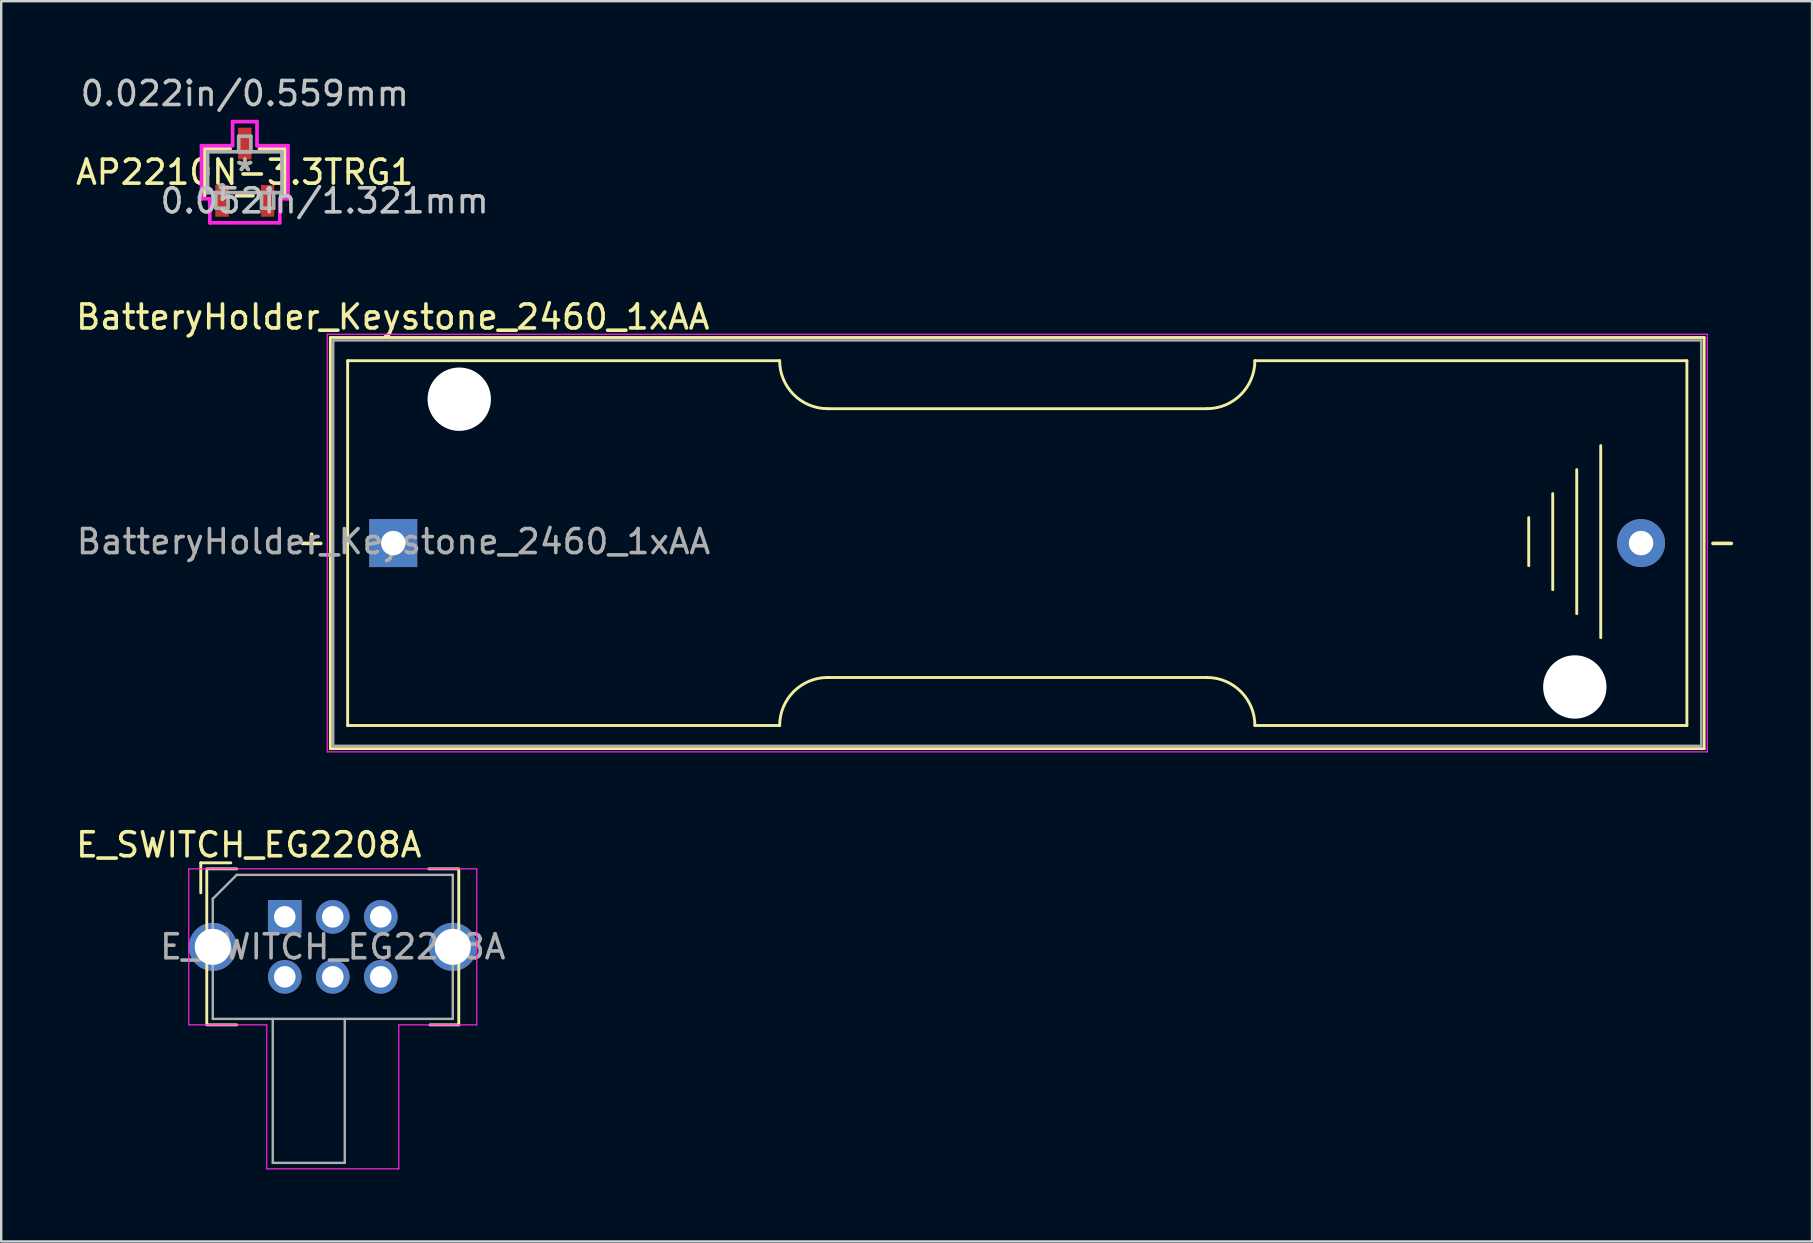
<source format=kicad_pcb>
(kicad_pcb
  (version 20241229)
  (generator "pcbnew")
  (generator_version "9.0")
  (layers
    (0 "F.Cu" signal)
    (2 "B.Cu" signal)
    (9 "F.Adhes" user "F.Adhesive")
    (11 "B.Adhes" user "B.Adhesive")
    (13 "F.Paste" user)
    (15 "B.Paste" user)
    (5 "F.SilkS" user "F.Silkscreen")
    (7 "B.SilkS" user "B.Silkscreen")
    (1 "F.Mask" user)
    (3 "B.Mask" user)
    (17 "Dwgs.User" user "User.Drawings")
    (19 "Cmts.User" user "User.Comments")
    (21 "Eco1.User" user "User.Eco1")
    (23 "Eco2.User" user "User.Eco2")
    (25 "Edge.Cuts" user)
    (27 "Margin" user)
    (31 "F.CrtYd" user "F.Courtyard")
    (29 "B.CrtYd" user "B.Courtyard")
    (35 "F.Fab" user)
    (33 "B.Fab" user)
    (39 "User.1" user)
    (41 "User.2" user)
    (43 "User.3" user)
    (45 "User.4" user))
  (footprint "E_SWITCH_EG2208A"
    (layer "F.Cu")
    (at 8.815 35.151)
    (property "Reference" "E_SWITCH_EG2208A" (at -1.5 -3 0) (layer "F.SilkS") (effects (font (size 1 1) (thickness 0.15))))
    (attr through_hole)
    (fp_line (start -3.5 -2.25) (end -3.5 -1) (stroke (width 0.12) (type solid)) (layer "F.SilkS"))
    (fp_line (start -3.25 -2) (end -3.25 4.5) (stroke (width 0.12) (type solid)) (layer "F.SilkS"))
    (fp_line (start -3.2 4.5) (end -2 4.5) (stroke (width 0.12) (type solid)) (layer "F.SilkS"))
    (fp_line (start -2.25 -2.25) (end -3.5 -2.25) (stroke (width 0.12) (type solid)) (layer "F.SilkS"))
    (fp_line (start -2 -2) (end -3.2 -2) (stroke (width 0.12) (type solid)) (layer "F.SilkS"))
    (fp_line (start 6 -2) (end 7.2 -2) (stroke (width 0.12) (type solid)) (layer "F.SilkS"))
    (fp_line (start 7.25 -2) (end 7.25 4.5) (stroke (width 0.12) (type solid)) (layer "F.SilkS"))
    (fp_line (start 7.25 4.5) (end 6.05 4.5) (stroke (width 0.12) (type solid)) (layer "F.SilkS"))
    (fp_line (start -4 -2) (end 8 -2) (stroke (width 0.05) (type solid)) (layer "F.CrtYd"))
    (fp_line (start -4 4.5) (end -4 -2) (stroke (width 0.05) (type solid)) (layer "F.CrtYd"))
    (fp_line (start -0.75 4.5) (end -4 4.5) (stroke (width 0.05) (type solid)) (layer "F.CrtYd"))
    (fp_line (start -0.75 4.5) (end -0.75 10.5) (stroke (width 0.05) (type solid)) (layer "F.CrtYd"))
    (fp_line (start 4.75 10.5) (end -0.75 10.5) (stroke (width 0.05) (type solid)) (layer "F.CrtYd"))
    (fp_line (start 4.75 10.5) (end 4.75 4.5) (stroke (width 0.05) (type solid)) (layer "F.CrtYd"))
    (fp_line (start 8 -2) (end 8 4.5) (stroke (width 0.05) (type solid)) (layer "F.CrtYd"))
    (fp_line (start 8 4.5) (end 4.75 4.5) (stroke (width 0.05) (type solid)) (layer "F.CrtYd"))
    (fp_line (start -3 4.25) (end -3 -0.75) (stroke (width 0.1) (type solid)) (layer "F.Fab"))
    (fp_line (start -2 -1.75) (end -3 -0.75) (stroke (width 0.1) (type solid)) (layer "F.Fab"))
    (fp_line (start -2 -1.75) (end 7 -1.75) (stroke (width 0.1) (type solid)) (layer "F.Fab"))
    (fp_line (start -0.5 4.25) (end -0.5 10.25) (stroke (width 0.1) (type solid)) (layer "F.Fab"))
    (fp_line (start -0.5 10.25) (end 2.5 10.25) (stroke (width 0.1) (type solid)) (layer "F.Fab"))
    (fp_line (start 2.5 10.25) (end 2.5 4.25) (stroke (width 0.1) (type solid)) (layer "F.Fab"))
    (fp_line (start 7 -1.75) (end 7 4.25) (stroke (width 0.1) (type solid)) (layer "F.Fab"))
    (fp_line (start 7 4.25) (end -3 4.25) (stroke (width 0.1) (type solid)) (layer "F.Fab"))
    (fp_text user "${REFERENCE}" (at 2 1.25 0) (layer "F.Fab") (effects (font (size 1 1) (thickness 0.15))))
    (pad "1" thru_hole rect (at 0 0) (size 1.4 1.4) (drill 0.9) (layers "*.Cu" "*.Mask"))
    (pad "2" thru_hole circle (at 2 0) (size 1.4 1.4) (drill 0.9) (layers "*.Cu" "*.Mask"))
    (pad "3" thru_hole circle (at 4 0) (size 1.4 1.4) (drill 0.9) (layers "*.Cu" "*.Mask"))
    (pad "4" thru_hole circle (at 0 2.5) (size 1.4 1.4) (drill 0.9) (layers "*.Cu" "*.Mask"))
    (pad "5" thru_hole circle (at 2 2.5) (size 1.4 1.4) (drill 0.9) (layers "*.Cu" "*.Mask"))
    (pad "6" thru_hole circle (at 4 2.5) (size 1.4 1.4) (drill 0.9) (layers "*.Cu" "*.Mask"))
    (pad "7" thru_hole circle (at -3 1.25) (size 2 2) (drill 1.5) (layers "*.Cu" "*.Mask"))
    (pad "8" thru_hole circle (at 7 1.25) (size 2 2) (drill 1.5) (layers "*.Cu" "*.Mask")))
  (footprint "BatteryHolder_Keystone_2460_1xAA"
    (layer "F.Cu")
    (at 13.335 19.578)
    (property "Reference" "BatteryHolder_Keystone_2460_1xAA" (at -0.02 -9.42 180) (layer "F.SilkS") (effects (font (size 1 1) (thickness 0.15))))
    (attr through_hole)
    (fp_line (start -2.62 -8.565) (end 54.62 -8.565) (stroke (width 0.12) (type solid)) (layer "F.SilkS"))
    (fp_line (start -2.62 8.565) (end -2.62 -8.565) (stroke (width 0.12) (type solid)) (layer "F.SilkS"))
    (fp_line (start -1.9 -7.6) (end -1.9 7.6) (stroke (width 0.12) (type solid)) (layer "F.SilkS"))
    (fp_line (start -1.9 -7.6) (end 16.1 -7.6) (stroke (width 0.12) (type solid)) (layer "F.SilkS"))
    (fp_line (start -1.9 7.6) (end 16.1 7.6) (stroke (width 0.12) (type solid)) (layer "F.SilkS"))
    (fp_line (start 18.1 -5.6) (end 33.9 -5.6) (stroke (width 0.12) (type solid)) (layer "F.SilkS"))
    (fp_line (start 33.9 5.6) (end 18.1 5.6) (stroke (width 0.12) (type solid)) (layer "F.SilkS"))
    (fp_line (start 35.9 -7.6) (end 53.9 -7.6) (stroke (width 0.12) (type solid)) (layer "F.SilkS"))
    (fp_line (start 35.9 7.6) (end 53.9 7.6) (stroke (width 0.12) (type solid)) (layer "F.SilkS"))
    (fp_line (start 47.31 -1.06) (end 47.31 0.94) (stroke (width 0.12) (type solid)) (layer "F.SilkS"))
    (fp_line (start 48.31 -2.06) (end 48.31 1.94) (stroke (width 0.12) (type solid)) (layer "F.SilkS"))
    (fp_line (start 49.31 2.94) (end 49.31 -3.06) (stroke (width 0.12) (type solid)) (layer "F.SilkS"))
    (fp_line (start 50.31 -4.06) (end 50.31 3.94) (stroke (width 0.12) (type solid)) (layer "F.SilkS"))
    (fp_line (start 53.9 -7.6) (end 53.9 7.6) (stroke (width 0.12) (type solid)) (layer "F.SilkS"))
    (fp_line (start 54.62 -8.565) (end 54.62 8.565) (stroke (width 0.12) (type solid)) (layer "F.SilkS"))
    (fp_line (start 54.62 8.565) (end -2.62 8.565) (stroke (width 0.12) (type solid)) (layer "F.SilkS"))
    (fp_arc (start 16.1 7.6) (mid 16.685786 6.185786) (end 18.1 5.6) (stroke (width 0.12) (type solid)) (layer "F.SilkS"))
    (fp_arc (start 18.1 -5.6) (mid 16.685786 -6.185786) (end 16.1 -7.6) (stroke (width 0.12) (type solid)) (layer "F.SilkS"))
    (fp_arc (start 33.9 5.6) (mid 35.314214 6.185786) (end 35.9 7.6) (stroke (width 0.12) (type solid)) (layer "F.SilkS"))
    (fp_arc (start 35.9 -7.6) (mid 35.314214 -6.185786) (end 33.9 -5.6) (stroke (width 0.12) (type solid)) (layer "F.SilkS"))
    (fp_line (start -2.75 -8.7) (end 54.75 -8.7) (stroke (width 0.05) (type solid)) (layer "F.CrtYd"))
    (fp_line (start -2.75 8.7) (end -2.75 -8.7) (stroke (width 0.05) (type solid)) (layer "F.CrtYd"))
    (fp_line (start 54.75 -8.7) (end 54.75 8.7) (stroke (width 0.05) (type solid)) (layer "F.CrtYd"))
    (fp_line (start 54.75 8.7) (end -2.75 8.7) (stroke (width 0.05) (type solid)) (layer "F.CrtYd"))
    (fp_line (start -2.5 -8.445) (end -2.5 8.445) (stroke (width 0.1) (type solid)) (layer "F.Fab"))
    (fp_line (start -2.5 8.445) (end 54.5 8.445) (stroke (width 0.1) (type solid)) (layer "F.Fab"))
    (fp_line (start 54.5 -8.445) (end -2.5 -8.445) (stroke (width 0.1) (type solid)) (layer "F.Fab"))
    (fp_line (start 54.5 8.445) (end 54.5 -8.445) (stroke (width 0.1) (type solid)) (layer "F.Fab"))
    (fp_text user "+" (at -3.4 -0.06 0) (layer "F.SilkS") (effects (font (size 1 1) (thickness 0.15))))
    (fp_text user "-" (at 55.37 -0.06 0) (layer "F.SilkS") (effects (font (size 1 1) (thickness 0.15))))
    (fp_text user "${REFERENCE}" (at 0.01 -0.06 0) (layer "F.Fab") (effects (font (size 1 1) (thickness 0.15))))
    (pad "" np_thru_hole circle (at 2.75 -5.995 90) (size 2.64 2.64) (drill 2.64) (layers "*.Cu" "*.Mask"))
    (pad "" np_thru_hole circle (at 49.23 5.995) (size 2.64 2.64) (drill 2.64) (layers "*.Cu" "*.Mask"))
    (pad "1" thru_hole rect (at 0 0 180) (size 2 2) (drill 1.02) (layers "*.Cu" "*.Mask"))
    (pad "2" thru_hole circle (at 51.99 0 180) (size 2 2) (drill 1.02) (layers "*.Cu" "*.Mask")))
  (footprint "AP2210N-3.3TRG1"
    (layer "F.Cu")
    (at 7.149 4.125)
    (property "Reference" "AP2210N-3.3TRG1" (at 0 0 0) (layer "F.SilkS") (effects (font (size 1 1) (thickness 0.15))))
    (attr through_hole)
    (fp_line (start -1.676 -0.978) (end -1.676 0.978) (stroke (width 0.152) (type solid)) (layer "F.SilkS"))
    (fp_line (start -0.612 -0.978) (end -1.676 -0.978) (stroke (width 0.152) (type solid)) (layer "F.SilkS"))
    (fp_line (start -0.338 0.978) (end 0.338 0.978) (stroke (width 0.152) (type solid)) (layer "F.SilkS"))
    (fp_line (start 1.676 -0.978) (end 0.612 -0.978) (stroke (width 0.152) (type solid)) (layer "F.SilkS"))
    (fp_line (start 1.676 0.978) (end 1.676 -0.978) (stroke (width 0.152) (type solid)) (layer "F.SilkS"))
    (fp_line (start -1.803 -1.105) (end -0.508 -1.105) (stroke (width 0.152) (type solid)) (layer "F.CrtYd"))
    (fp_line (start -1.803 1.105) (end -1.803 -1.105) (stroke (width 0.152) (type solid)) (layer "F.CrtYd"))
    (fp_line (start -1.458 1.105) (end -1.803 1.105) (stroke (width 0.152) (type solid)) (layer "F.CrtYd"))
    (fp_line (start -1.458 2.108) (end -1.458 1.105) (stroke (width 0.152) (type solid)) (layer "F.CrtYd"))
    (fp_line (start -0.508 -2.108) (end 0.508 -2.108) (stroke (width 0.152) (type solid)) (layer "F.CrtYd"))
    (fp_line (start -0.508 -1.105) (end -0.508 -2.108) (stroke (width 0.152) (type solid)) (layer "F.CrtYd"))
    (fp_line (start 0.508 -2.108) (end 0.508 -1.105) (stroke (width 0.152) (type solid)) (layer "F.CrtYd"))
    (fp_line (start 0.508 -1.105) (end 1.803 -1.105) (stroke (width 0.152) (type solid)) (layer "F.CrtYd"))
    (fp_line (start 1.458 1.105) (end 1.458 2.108) (stroke (width 0.152) (type solid)) (layer "F.CrtYd"))
    (fp_line (start 1.458 2.108) (end -1.458 2.108) (stroke (width 0.152) (type solid)) (layer "F.CrtYd"))
    (fp_line (start 1.803 -1.105) (end 1.803 1.105) (stroke (width 0.152) (type solid)) (layer "F.CrtYd"))
    (fp_line (start 1.803 1.105) (end 1.458 1.105) (stroke (width 0.152) (type solid)) (layer "F.CrtYd"))
    (fp_line (start -1.549 -0.851) (end -1.549 0.851) (stroke (width 0.152) (type solid)) (layer "F.Fab"))
    (fp_line (start -1.549 0.851) (end 1.549 0.851) (stroke (width 0.152) (type solid)) (layer "F.Fab"))
    (fp_line (start -1.204 0.851) (end -1.204 1.499) (stroke (width 0.152) (type solid)) (layer "F.Fab"))
    (fp_line (start -1.204 1.499) (end -0.696 1.499) (stroke (width 0.152) (type solid)) (layer "F.Fab"))
    (fp_line (start -0.696 0.851) (end -1.204 0.851) (stroke (width 0.152) (type solid)) (layer "F.Fab"))
    (fp_line (start -0.696 1.499) (end -0.696 0.851) (stroke (width 0.152) (type solid)) (layer "F.Fab"))
    (fp_line (start -0.254 -1.499) (end -0.254 -0.851) (stroke (width 0.152) (type solid)) (layer "F.Fab"))
    (fp_line (start -0.254 -0.851) (end 0.254 -0.851) (stroke (width 0.152) (type solid)) (layer "F.Fab"))
    (fp_line (start 0.254 -1.499) (end -0.254 -1.499) (stroke (width 0.152) (type solid)) (layer "F.Fab"))
    (fp_line (start 0.254 -0.851) (end 0.254 -1.499) (stroke (width 0.152) (type solid)) (layer "F.Fab"))
    (fp_line (start 0.696 0.851) (end 0.696 1.499) (stroke (width 0.152) (type solid)) (layer "F.Fab"))
    (fp_line (start 0.696 1.499) (end 1.204 1.499) (stroke (width 0.152) (type solid)) (layer "F.Fab"))
    (fp_line (start 1.204 0.851) (end 0.696 0.851) (stroke (width 0.152) (type solid)) (layer "F.Fab"))
    (fp_line (start 1.204 1.499) (end 1.204 0.851) (stroke (width 0.152) (type solid)) (layer "F.Fab"))
    (fp_line (start 1.549 -0.851) (end -1.549 -0.851) (stroke (width 0.152) (type solid)) (layer "F.Fab"))
    (fp_line (start 1.549 0.851) (end 1.549 -0.851) (stroke (width 0.152) (type solid)) (layer "F.Fab"))
    (fp_circle (center -0.95 0.597) (end -0.95 0.597) (stroke (width 0.152) (type solid)) (fill no) (layer "F.Fab"))
    (fp_text user "*" (at 0 0 0) (layer "F.SilkS") (effects (font (size 1 1) (thickness 0.15))))
    (fp_text user "0.022in/0.559mm" (at 0 -3.277 0) (layer "Dwgs.User") (effects (font (size 1 1) (thickness 0.15))))
    (fp_text user "0.052in/1.321mm" (at 3.327 1.194 0) (layer "Dwgs.User") (effects (font (size 1 1) (thickness 0.15))))
    (fp_text user "Copyright 2016 Accelerated Designs. All rights reserved." (at 0 0 0) (layer "Cmts.User") (effects (font (size 0.127 0.127) (thickness 0.002))))
    (fp_text user "*" (at 0 0 0) (layer "F.Fab") (effects (font (size 1 1) (thickness 0.15))))
    (pad "1" smd rect (at -0.95 1.194) (size 0.559 1.321) (layers "F.Cu" "F.Mask" "F.Paste"))
    (pad "2" smd rect (at 0.95 1.194) (size 0.559 1.321) (layers "F.Cu" "F.Mask" "F.Paste"))
    (pad "3" smd rect (at 0 -1.194) (size 0.559 1.321) (layers "F.Cu" "F.Mask" "F.Paste")))
  (gr_rect
    (start -3 -3)
    (end 72.45 48.676)
    (stroke (width 0.1) (type default))
    (fill no)
    (layer "Edge.Cuts")))
</source>
